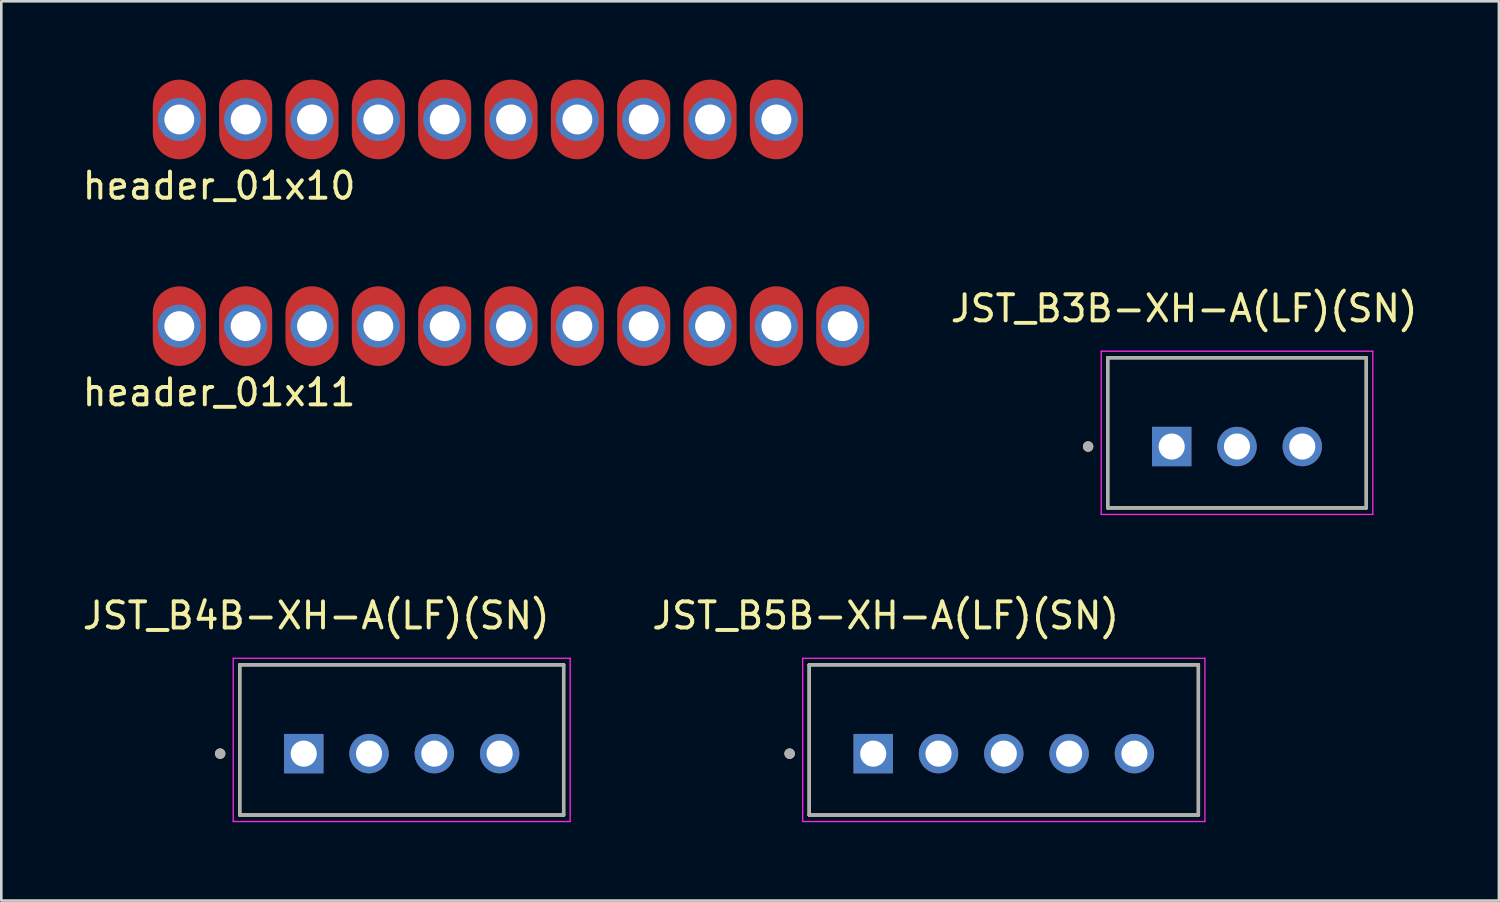
<source format=kicad_pcb>
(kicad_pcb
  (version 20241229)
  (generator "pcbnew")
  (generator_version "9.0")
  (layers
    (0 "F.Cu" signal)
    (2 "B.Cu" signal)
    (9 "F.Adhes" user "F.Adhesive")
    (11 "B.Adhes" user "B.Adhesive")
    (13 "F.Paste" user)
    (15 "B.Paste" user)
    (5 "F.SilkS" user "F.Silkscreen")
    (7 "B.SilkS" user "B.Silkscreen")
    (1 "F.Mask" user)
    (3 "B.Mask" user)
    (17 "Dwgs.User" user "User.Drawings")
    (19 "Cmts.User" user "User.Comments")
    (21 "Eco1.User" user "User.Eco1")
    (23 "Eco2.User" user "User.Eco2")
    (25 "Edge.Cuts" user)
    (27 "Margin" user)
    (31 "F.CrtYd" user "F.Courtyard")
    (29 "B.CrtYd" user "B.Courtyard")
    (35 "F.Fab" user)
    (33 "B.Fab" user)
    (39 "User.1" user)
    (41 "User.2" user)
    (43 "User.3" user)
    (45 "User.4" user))
  (footprint "JST_B3B-XH-A(LF)(SN)"
    (layer "F.Cu")
    (at 44.31 13.521)
    (property "Reference" "JST_B3B-XH-A(LF)(SN)" (at -2.025 -4.76 0) (layer "F.SilkS") (effects (font (size 1 1) (thickness 0.15))))
    (attr through_hole)
    (fp_line (start -4.95 -2.875) (end 4.95 -2.875) (stroke (width 0.127) (type solid)) (layer "F.SilkS"))
    (fp_line (start -4.95 2.875) (end -4.95 -2.875) (stroke (width 0.127) (type solid)) (layer "F.SilkS"))
    (fp_line (start 4.95 -2.875) (end 4.95 2.875) (stroke (width 0.127) (type solid)) (layer "F.SilkS"))
    (fp_line (start 4.95 2.875) (end -4.95 2.875) (stroke (width 0.127) (type solid)) (layer "F.SilkS"))
    (fp_circle (center -5.7 0.525) (end -5.6 0.525) (stroke (width 0.2) (type solid)) (fill no) (layer "F.SilkS"))
    (fp_line (start -5.2 -3.125) (end -5.2 3.125) (stroke (width 0.05) (type solid)) (layer "F.CrtYd"))
    (fp_line (start -5.2 3.125) (end 5.2 3.125) (stroke (width 0.05) (type solid)) (layer "F.CrtYd"))
    (fp_line (start 5.2 -3.125) (end -5.2 -3.125) (stroke (width 0.05) (type solid)) (layer "F.CrtYd"))
    (fp_line (start 5.2 3.125) (end 5.2 -3.125) (stroke (width 0.05) (type solid)) (layer "F.CrtYd"))
    (fp_line (start -4.95 -2.875) (end 4.95 -2.875) (stroke (width 0.127) (type solid)) (layer "F.Fab"))
    (fp_line (start -4.95 2.875) (end -4.95 -2.875) (stroke (width 0.127) (type solid)) (layer "F.Fab"))
    (fp_line (start 4.95 -2.875) (end 4.95 2.875) (stroke (width 0.127) (type solid)) (layer "F.Fab"))
    (fp_line (start 4.95 2.875) (end -4.95 2.875) (stroke (width 0.127) (type solid)) (layer "F.Fab"))
    (fp_circle (center -5.7 0.525) (end -5.6 0.525) (stroke (width 0.2) (type solid)) (fill no) (layer "F.Fab"))
    (pad "1" thru_hole rect (at -2.5 0.525) (size 1.508 1.508) (drill 1) (layers "*.Cu" "*.Mask"))
    (pad "2" thru_hole circle (at 0 0.525) (size 1.508 1.508) (drill 1) (layers "*.Cu" "*.Mask"))
    (pad "3" thru_hole circle (at 2.5 0.525) (size 1.508 1.508) (drill 1) (layers "*.Cu" "*.Mask")))
  (footprint "header_01x10"
    (layer "F.Cu")
    (at 3.815 1.524)
    (property "Reference" "header_01x10" (at 1.524 2.54 180) (layer "F.SilkS") (effects (font (size 1 1) (thickness 0.15))))
    (attr through_hole)
    (pad "1" thru_hole circle (at 0 0) (size 1.651 1.651) (drill 1.143) (layers "*.Cu" "*.Mask"))
    (pad "1" smd oval (at 0 0) (size 2.032 3.048) (layers "F.Cu" "F.Mask" "F.Paste"))
    (pad "2" thru_hole circle (at 2.54 0) (size 1.651 1.651) (drill 1.143) (layers "*.Cu" "*.Mask"))
    (pad "2" smd oval (at 2.54 0) (size 2.032 3.048) (layers "F.Cu" "F.Mask" "F.Paste"))
    (pad "3" thru_hole circle (at 5.08 0) (size 1.651 1.651) (drill 1.143) (layers "*.Cu" "*.Mask"))
    (pad "3" smd oval (at 5.08 0) (size 2.032 3.048) (layers "F.Cu" "F.Mask" "F.Paste"))
    (pad "4" thru_hole circle (at 7.62 0) (size 1.651 1.651) (drill 1.143) (layers "*.Cu" "*.Mask"))
    (pad "4" smd oval (at 7.62 0) (size 2.032 3.048) (layers "F.Cu" "F.Mask" "F.Paste"))
    (pad "5" thru_hole circle (at 10.16 0) (size 1.651 1.651) (drill 1.143) (layers "*.Cu" "*.Mask"))
    (pad "5" smd oval (at 10.16 0) (size 2.032 3.048) (layers "F.Cu" "F.Mask" "F.Paste"))
    (pad "6" thru_hole circle (at 12.7 0) (size 1.651 1.651) (drill 1.143) (layers "*.Cu" "*.Mask"))
    (pad "6" smd oval (at 12.7 0) (size 2.032 3.048) (layers "F.Cu" "F.Mask" "F.Paste"))
    (pad "7" thru_hole circle (at 15.24 0) (size 1.651 1.651) (drill 1.143) (layers "*.Cu" "*.Mask"))
    (pad "7" smd oval (at 15.24 0) (size 2.032 3.048) (layers "F.Cu" "F.Mask" "F.Paste"))
    (pad "8" thru_hole circle (at 17.78 0) (size 1.651 1.651) (drill 1.143) (layers "*.Cu" "*.Mask"))
    (pad "8" smd oval (at 17.78 0) (size 2.032 3.048) (layers "F.Cu" "F.Mask" "F.Paste"))
    (pad "9" thru_hole circle (at 20.32 0) (size 1.651 1.651) (drill 1.143) (layers "*.Cu" "*.Mask"))
    (pad "9" smd oval (at 20.32 0) (size 2.032 3.048) (layers "F.Cu" "F.Mask" "F.Paste"))
    (pad "10" thru_hole circle (at 22.86 0) (size 1.651 1.651) (drill 1.143) (layers "*.Cu" "*.Mask"))
    (pad "10" smd oval (at 22.86 0) (size 2.032 3.048) (layers "F.Cu" "F.Mask" "F.Paste")))
  (footprint "JST_B5B-XH-A(LF)(SN)"
    (layer "F.Cu")
    (at 35.382 25.279)
    (property "Reference" "JST_B5B-XH-A(LF)(SN)" (at -4.525 -4.76 0) (layer "F.SilkS") (effects (font (size 1 1) (thickness 0.15))))
    (attr through_hole)
    (fp_line (start -7.45 -2.875) (end 7.45 -2.875) (stroke (width 0.127) (type solid)) (layer "F.SilkS"))
    (fp_line (start -7.45 2.875) (end -7.45 -2.875) (stroke (width 0.127) (type solid)) (layer "F.SilkS"))
    (fp_line (start 7.45 -2.875) (end 7.45 2.875) (stroke (width 0.127) (type solid)) (layer "F.SilkS"))
    (fp_line (start 7.45 2.875) (end -7.45 2.875) (stroke (width 0.127) (type solid)) (layer "F.SilkS"))
    (fp_circle (center -8.2 0.525) (end -8.1 0.525) (stroke (width 0.2) (type solid)) (fill no) (layer "F.SilkS"))
    (fp_line (start -7.7 -3.125) (end -7.7 3.125) (stroke (width 0.05) (type solid)) (layer "F.CrtYd"))
    (fp_line (start -7.7 3.125) (end 7.7 3.125) (stroke (width 0.05) (type solid)) (layer "F.CrtYd"))
    (fp_line (start 7.7 -3.125) (end -7.7 -3.125) (stroke (width 0.05) (type solid)) (layer "F.CrtYd"))
    (fp_line (start 7.7 3.125) (end 7.7 -3.125) (stroke (width 0.05) (type solid)) (layer "F.CrtYd"))
    (fp_line (start -7.45 -2.875) (end 7.45 -2.875) (stroke (width 0.127) (type solid)) (layer "F.Fab"))
    (fp_line (start -7.45 2.875) (end -7.45 -2.875) (stroke (width 0.127) (type solid)) (layer "F.Fab"))
    (fp_line (start 7.45 -2.875) (end 7.45 2.875) (stroke (width 0.127) (type solid)) (layer "F.Fab"))
    (fp_line (start 7.45 2.875) (end -7.45 2.875) (stroke (width 0.127) (type solid)) (layer "F.Fab"))
    (fp_circle (center -8.2 0.525) (end -8.1 0.525) (stroke (width 0.2) (type solid)) (fill no) (layer "F.Fab"))
    (pad "1" thru_hole rect (at -5 0.525) (size 1.508 1.508) (drill 1) (layers "*.Cu" "*.Mask"))
    (pad "2" thru_hole circle (at -2.5 0.525) (size 1.508 1.508) (drill 1) (layers "*.Cu" "*.Mask"))
    (pad "3" thru_hole circle (at 0 0.525) (size 1.508 1.508) (drill 1) (layers "*.Cu" "*.Mask"))
    (pad "4" thru_hole circle (at 2.5 0.525) (size 1.508 1.508) (drill 1) (layers "*.Cu" "*.Mask"))
    (pad "5" thru_hole circle (at 5 0.525) (size 1.508 1.508) (drill 1) (layers "*.Cu" "*.Mask")))
  (footprint "JST_B4B-XH-A(LF)(SN)"
    (layer "F.Cu")
    (at 12.329 25.279)
    (property "Reference" "JST_B4B-XH-A(LF)(SN)" (at -3.275 -4.76 0) (layer "F.SilkS") (effects (font (size 1 1) (thickness 0.15))))
    (attr through_hole)
    (fp_line (start -6.2 -2.875) (end 6.2 -2.875) (stroke (width 0.127) (type solid)) (layer "F.SilkS"))
    (fp_line (start -6.2 2.875) (end -6.2 -2.875) (stroke (width 0.127) (type solid)) (layer "F.SilkS"))
    (fp_line (start 6.2 -2.875) (end 6.2 2.875) (stroke (width 0.127) (type solid)) (layer "F.SilkS"))
    (fp_line (start 6.2 2.875) (end -6.2 2.875) (stroke (width 0.127) (type solid)) (layer "F.SilkS"))
    (fp_circle (center -6.95 0.525) (end -6.85 0.525) (stroke (width 0.2) (type solid)) (fill no) (layer "F.SilkS"))
    (fp_line (start -6.45 -3.125) (end -6.45 3.125) (stroke (width 0.05) (type solid)) (layer "F.CrtYd"))
    (fp_line (start -6.45 3.125) (end 6.45 3.125) (stroke (width 0.05) (type solid)) (layer "F.CrtYd"))
    (fp_line (start 6.45 -3.125) (end -6.45 -3.125) (stroke (width 0.05) (type solid)) (layer "F.CrtYd"))
    (fp_line (start 6.45 3.125) (end 6.45 -3.125) (stroke (width 0.05) (type solid)) (layer "F.CrtYd"))
    (fp_line (start -6.2 -2.875) (end 6.2 -2.875) (stroke (width 0.127) (type solid)) (layer "F.Fab"))
    (fp_line (start -6.2 2.875) (end -6.2 -2.875) (stroke (width 0.127) (type solid)) (layer "F.Fab"))
    (fp_line (start 6.2 -2.875) (end 6.2 2.875) (stroke (width 0.127) (type solid)) (layer "F.Fab"))
    (fp_line (start 6.2 2.875) (end -6.2 2.875) (stroke (width 0.127) (type solid)) (layer "F.Fab"))
    (fp_circle (center -6.95 0.525) (end -6.85 0.525) (stroke (width 0.2) (type solid)) (fill no) (layer "F.Fab"))
    (pad "1" thru_hole rect (at -3.75 0.525) (size 1.508 1.508) (drill 1) (layers "*.Cu" "*.Mask"))
    (pad "2" thru_hole circle (at -1.25 0.525) (size 1.508 1.508) (drill 1) (layers "*.Cu" "*.Mask"))
    (pad "3" thru_hole circle (at 1.25 0.525) (size 1.508 1.508) (drill 1) (layers "*.Cu" "*.Mask"))
    (pad "4" thru_hole circle (at 3.75 0.525) (size 1.508 1.508) (drill 1) (layers "*.Cu" "*.Mask")))
  (footprint "header_01x11"
    (layer "F.Cu")
    (at 3.815 9.436)
    (property "Reference" "header_01x11" (at 1.524 2.54 180) (layer "F.SilkS") (effects (font (size 1 1) (thickness 0.15))))
    (attr through_hole)
    (pad "1" thru_hole circle (at 0 0) (size 1.651 1.651) (drill 1.143) (layers "*.Cu" "*.Mask"))
    (pad "1" smd oval (at 0 0) (size 2.032 3.048) (layers "F.Cu" "F.Mask" "F.Paste"))
    (pad "2" thru_hole circle (at 2.54 0) (size 1.651 1.651) (drill 1.143) (layers "*.Cu" "*.Mask"))
    (pad "2" smd oval (at 2.54 0) (size 2.032 3.048) (layers "F.Cu" "F.Mask" "F.Paste"))
    (pad "3" thru_hole circle (at 5.08 0) (size 1.651 1.651) (drill 1.143) (layers "*.Cu" "*.Mask"))
    (pad "3" smd oval (at 5.08 0) (size 2.032 3.048) (layers "F.Cu" "F.Mask" "F.Paste"))
    (pad "4" thru_hole circle (at 7.62 0) (size 1.651 1.651) (drill 1.143) (layers "*.Cu" "*.Mask"))
    (pad "4" smd oval (at 7.62 0) (size 2.032 3.048) (layers "F.Cu" "F.Mask" "F.Paste"))
    (pad "5" thru_hole circle (at 10.16 0) (size 1.651 1.651) (drill 1.143) (layers "*.Cu" "*.Mask"))
    (pad "5" smd oval (at 10.16 0) (size 2.032 3.048) (layers "F.Cu" "F.Mask" "F.Paste"))
    (pad "6" thru_hole circle (at 12.7 0) (size 1.651 1.651) (drill 1.143) (layers "*.Cu" "*.Mask"))
    (pad "6" smd oval (at 12.7 0) (size 2.032 3.048) (layers "F.Cu" "F.Mask" "F.Paste"))
    (pad "7" thru_hole circle (at 15.24 0) (size 1.651 1.651) (drill 1.143) (layers "*.Cu" "*.Mask"))
    (pad "7" smd oval (at 15.24 0) (size 2.032 3.048) (layers "F.Cu" "F.Mask" "F.Paste"))
    (pad "8" thru_hole circle (at 17.78 0) (size 1.651 1.651) (drill 1.143) (layers "*.Cu" "*.Mask"))
    (pad "8" smd oval (at 17.78 0) (size 2.032 3.048) (layers "F.Cu" "F.Mask" "F.Paste"))
    (pad "9" thru_hole circle (at 20.32 0) (size 1.651 1.651) (drill 1.143) (layers "*.Cu" "*.Mask"))
    (pad "9" smd oval (at 20.32 0) (size 2.032 3.048) (layers "F.Cu" "F.Mask" "F.Paste"))
    (pad "10" thru_hole circle (at 22.86 0) (size 1.651 1.651) (drill 1.143) (layers "*.Cu" "*.Mask"))
    (pad "10" smd oval (at 22.86 0) (size 2.032 3.048) (layers "F.Cu" "F.Mask" "F.Paste"))
    (pad "11" thru_hole circle (at 25.4 0) (size 1.651 1.651) (drill 1.143) (layers "*.Cu" "*.Mask"))
    (pad "11" smd oval (at 25.4 0) (size 2.032 3.048) (layers "F.Cu" "F.Mask" "F.Paste")))
  (gr_rect
    (start -3 -3)
    (end 54.338 31.429)
    (stroke (width 0.1) (type default))
    (fill no)
    (layer "Edge.Cuts")))
</source>
